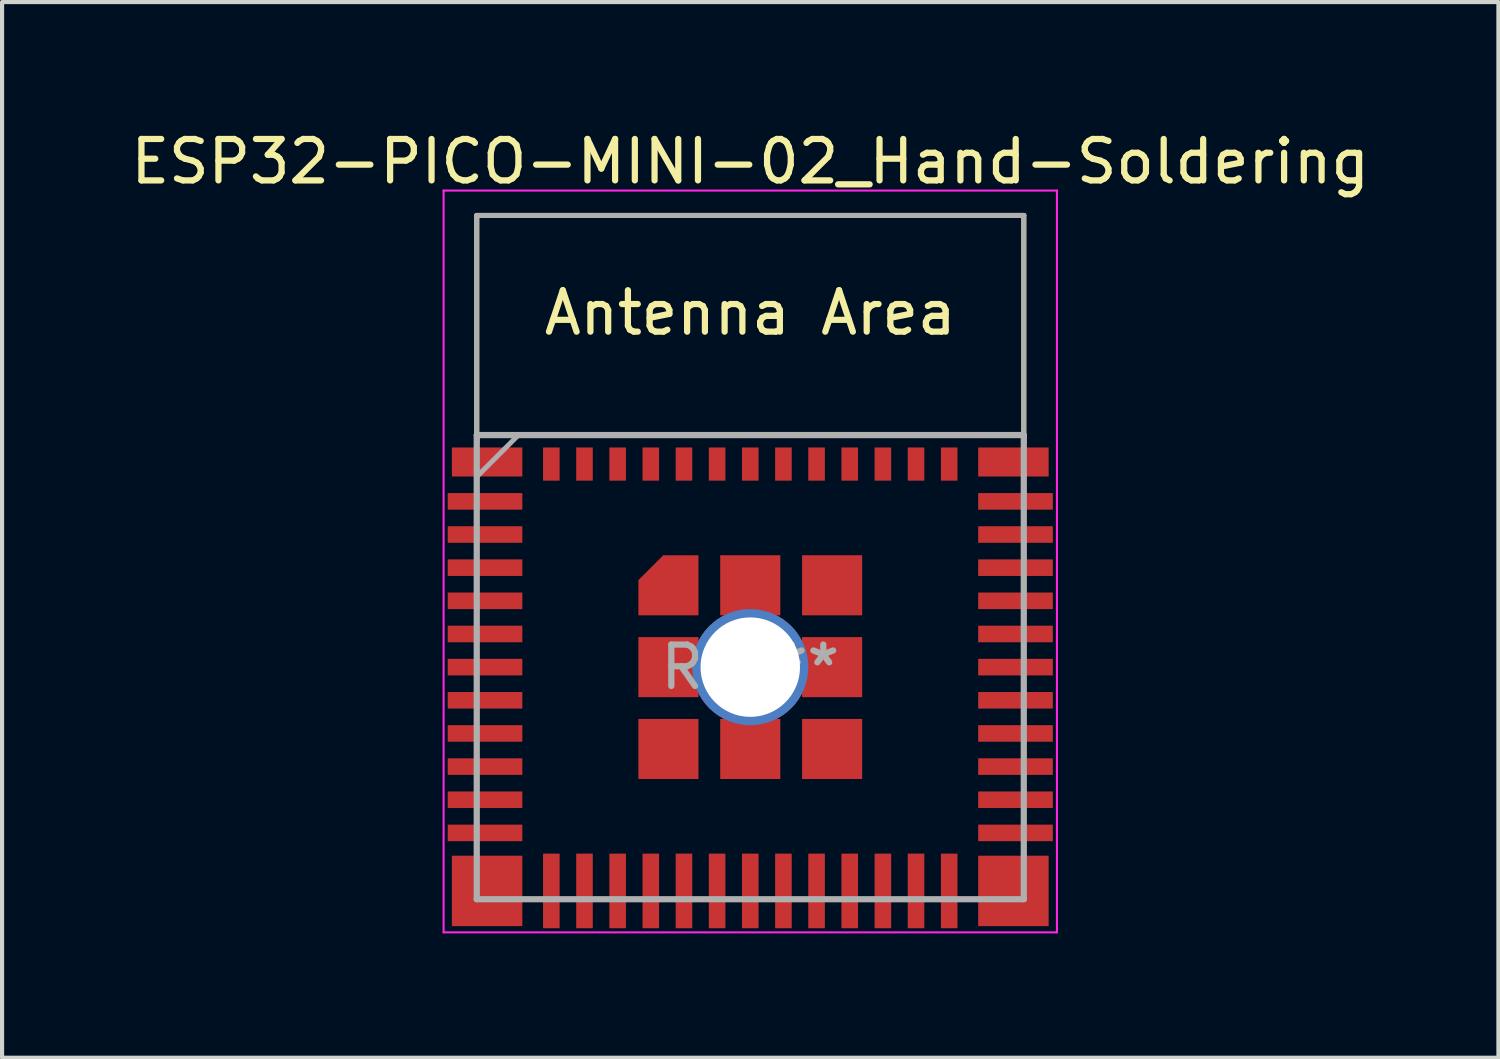
<source format=kicad_pcb>
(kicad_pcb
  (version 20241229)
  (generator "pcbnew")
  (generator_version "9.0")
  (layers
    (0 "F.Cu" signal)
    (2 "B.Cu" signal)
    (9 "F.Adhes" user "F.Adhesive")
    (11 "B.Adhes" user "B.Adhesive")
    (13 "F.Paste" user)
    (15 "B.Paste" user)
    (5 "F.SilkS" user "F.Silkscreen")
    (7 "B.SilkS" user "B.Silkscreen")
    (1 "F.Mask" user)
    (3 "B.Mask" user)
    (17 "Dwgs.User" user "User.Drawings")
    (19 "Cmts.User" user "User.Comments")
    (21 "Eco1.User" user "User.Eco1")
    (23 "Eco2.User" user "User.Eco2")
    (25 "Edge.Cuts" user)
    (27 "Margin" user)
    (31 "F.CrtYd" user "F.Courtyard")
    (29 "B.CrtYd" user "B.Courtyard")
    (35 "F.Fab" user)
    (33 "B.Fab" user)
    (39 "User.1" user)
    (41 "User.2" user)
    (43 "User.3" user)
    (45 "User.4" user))
  (footprint "ESP32-PICO-MINI-02_Hand-Soldering"
    (layer "F.Cu")
    (at 15.054 13.048)
    (property "Reference" "ESP32-PICO-MINI-02_Hand-Soldering" (at 0 -12.2 0) (layer "F.SilkS") (effects (font (size 1 1) (thickness 0.15))))
    (attr smd)
    (fp_line (start -6.6 -10.9) (end -6.6 -5.4) (stroke (width 0.12) (type solid)) (layer "F.SilkS"))
    (fp_line (start -6.6 -10.9) (end 6.6 -10.9) (stroke (width 0.12) (type solid)) (layer "F.SilkS"))
    (fp_line (start -6.6 -5.6) (end 6.6 -5.6) (stroke (width 0.12) (type solid)) (layer "F.SilkS"))
    (fp_line (start 6.6 -10.9) (end 6.6 -5.4) (stroke (width 0.12) (type solid)) (layer "F.SilkS"))
    (fp_line (start -7.4 -11.5) (end 7.4 -11.5) (stroke (width 0.05) (type solid)) (layer "F.CrtYd"))
    (fp_line (start -7.4 6.4) (end -7.4 -11.5) (stroke (width 0.05) (type solid)) (layer "F.CrtYd"))
    (fp_line (start 7.4 -11.5) (end 7.4 6.4) (stroke (width 0.05) (type solid)) (layer "F.CrtYd"))
    (fp_line (start 7.4 6.4) (end -7.4 6.4) (stroke (width 0.05) (type solid)) (layer "F.CrtYd"))
    (fp_line (start -6.6 -5.595) (end -6.6 5.6) (stroke (width 0.15) (type solid)) (layer "F.Fab"))
    (fp_line (start -6.6 -5.5) (end -6.6 -10.9) (stroke (width 0.12) (type solid)) (layer "F.Fab"))
    (fp_line (start -6.6 5.6) (end 6.6 5.6) (stroke (width 0.15) (type solid)) (layer "F.Fab"))
    (fp_line (start -5.6 -5.595) (end -6.6 -4.595) (stroke (width 0.12) (type solid)) (layer "F.Fab"))
    (fp_line (start 6.6 -10.9) (end -6.6 -10.9) (stroke (width 0.12) (type solid)) (layer "F.Fab"))
    (fp_line (start 6.6 -5.6) (end -6.6 -5.6) (stroke (width 0.15) (type solid)) (layer "F.Fab"))
    (fp_line (start 6.6 -5.5) (end 6.6 -10.9) (stroke (width 0.12) (type solid)) (layer "F.Fab"))
    (fp_line (start 6.6 5.6) (end 6.6 -5.595) (stroke (width 0.15) (type solid)) (layer "F.Fab"))
    (fp_text user "Antenna Area" (at 0 -8.55 0) (layer "F.SilkS") (effects (font (size 1 1) (thickness 0.15))))
    (fp_text user "REF**" (at 0 0 0) (layer "F.Fab") (effects (font (size 1 1) (thickness 0.15))))
    (pad "1" smd rect (at -6.4 -4 90) (size 0.4 1.8) (layers "F.Cu" "F.Mask" "F.Paste"))
    (pad "2" smd rect (at -6.4 -3.2 90) (size 0.4 1.8) (layers "F.Cu" "F.Mask" "F.Paste"))
    (pad "3" smd rect (at -6.4 -2.4 90) (size 0.4 1.8) (layers "F.Cu" "F.Mask" "F.Paste"))
    (pad "4" smd rect (at -6.4 -1.6 90) (size 0.4 1.8) (layers "F.Cu" "F.Mask" "F.Paste"))
    (pad "5" smd rect (at -6.4 -0.8 90) (size 0.4 1.8) (layers "F.Cu" "F.Mask" "F.Paste"))
    (pad "6" smd rect (at -6.4 0 90) (size 0.4 1.8) (layers "F.Cu" "F.Mask" "F.Paste"))
    (pad "7" smd rect (at -6.4 0.8 90) (size 0.4 1.8) (layers "F.Cu" "F.Mask" "F.Paste"))
    (pad "8" smd rect (at -6.4 1.6 90) (size 0.4 1.8) (layers "F.Cu" "F.Mask" "F.Paste"))
    (pad "9" smd rect (at -6.4 2.4 90) (size 0.4 1.8) (layers "F.Cu" "F.Mask" "F.Paste"))
    (pad "10" smd rect (at -6.4 3.2 90) (size 0.4 1.8) (layers "F.Cu" "F.Mask" "F.Paste"))
    (pad "11" smd rect (at -6.4 4 90) (size 0.4 1.8) (layers "F.Cu" "F.Mask" "F.Paste"))
    (pad "12" smd rect (at -4.8 5.4) (size 0.4 1.8) (layers "F.Cu" "F.Mask" "F.Paste"))
    (pad "13" smd rect (at -4 5.4) (size 0.4 1.8) (layers "F.Cu" "F.Mask" "F.Paste"))
    (pad "14" smd rect (at -3.2 5.4) (size 0.4 1.8) (layers "F.Cu" "F.Mask" "F.Paste"))
    (pad "15" smd rect (at -2.4 5.4) (size 0.4 1.8) (layers "F.Cu" "F.Mask" "F.Paste"))
    (pad "16" smd rect (at -1.6 5.4) (size 0.4 1.8) (layers "F.Cu" "F.Mask" "F.Paste"))
    (pad "17" smd rect (at -0.8 5.4) (size 0.4 1.8) (layers "F.Cu" "F.Mask" "F.Paste"))
    (pad "18" smd rect (at 0 5.4) (size 0.4 1.8) (layers "F.Cu" "F.Mask" "F.Paste"))
    (pad "19" smd rect (at 0.8 5.4) (size 0.4 1.8) (layers "F.Cu" "F.Mask" "F.Paste"))
    (pad "20" smd rect (at 1.6 5.4) (size 0.4 1.8) (layers "F.Cu" "F.Mask" "F.Paste"))
    (pad "21" smd rect (at 2.4 5.4) (size 0.4 1.8) (layers "F.Cu" "F.Mask" "F.Paste"))
    (pad "22" smd rect (at 3.2 5.4) (size 0.4 1.8) (layers "F.Cu" "F.Mask" "F.Paste"))
    (pad "23" smd rect (at 4 5.4) (size 0.4 1.8) (layers "F.Cu" "F.Mask" "F.Paste"))
    (pad "24" smd rect (at 4.8 5.4) (size 0.4 1.8) (layers "F.Cu" "F.Mask" "F.Paste"))
    (pad "25" smd rect (at 6.4 4 90) (size 0.4 1.8) (layers "F.Cu" "F.Mask" "F.Paste"))
    (pad "26" smd rect (at 6.4 3.2 90) (size 0.4 1.8) (layers "F.Cu" "F.Mask" "F.Paste"))
    (pad "27" smd rect (at 6.4 2.4 90) (size 0.4 1.8) (layers "F.Cu" "F.Mask" "F.Paste"))
    (pad "28" smd rect (at 6.4 1.6 90) (size 0.4 1.8) (layers "F.Cu" "F.Mask" "F.Paste"))
    (pad "29" smd rect (at 6.4 0.8 90) (size 0.4 1.8) (layers "F.Cu" "F.Mask" "F.Paste"))
    (pad "30" smd rect (at 6.4 0 90) (size 0.4 1.8) (layers "F.Cu" "F.Mask" "F.Paste"))
    (pad "31" smd rect (at 6.4 -0.8 90) (size 0.4 1.8) (layers "F.Cu" "F.Mask" "F.Paste"))
    (pad "32" smd rect (at 6.4 -1.6 90) (size 0.4 1.8) (layers "F.Cu" "F.Mask" "F.Paste"))
    (pad "33" smd rect (at 6.4 -2.4 90) (size 0.4 1.8) (layers "F.Cu" "F.Mask" "F.Paste"))
    (pad "34" smd rect (at 6.4 -3.2 90) (size 0.4 1.8) (layers "F.Cu" "F.Mask" "F.Paste"))
    (pad "35" smd rect (at 6.4 -4 90) (size 0.4 1.8) (layers "F.Cu" "F.Mask" "F.Paste"))
    (pad "36" smd rect (at -6.35 -4.95 90) (size 0.7 1.7) (layers "F.Cu" "F.Mask" "F.Paste"))
    (pad "36" smd rect (at -6.35 5.4 90) (size 1.7 1.7) (layers "F.Cu" "F.Mask" "F.Paste"))
    (pad "36" smd rect (at -4.8 -4.9) (size 0.4 0.8) (layers "F.Cu" "F.Mask" "F.Paste"))
    (pad "36" smd rect (at -4 -4.9) (size 0.4 0.8) (layers "F.Cu" "F.Mask" "F.Paste"))
    (pad "36" smd rect (at -3.2 -4.9) (size 0.4 0.8) (layers "F.Cu" "F.Mask" "F.Paste"))
    (pad "36" smd rect (at -2.4 -4.9) (size 0.4 0.8) (layers "F.Cu" "F.Mask" "F.Paste"))
    (pad "36" smd custom (at -1.975 -1.975) (size 0.8 0.8) (layers "F.Cu" "F.Mask" "F.Paste") (options (anchor rect)) (primitives (gr_poly (pts (xy 0.725 0.725) (xy -0.725 0.725) (xy -0.725 -0.125) (xy -0.125 -0.725) (xy 0.725 -0.725)) (width 0) (fill yes))))
    (pad "36" smd rect (at -1.975 0 90) (size 1.45 1.45) (layers "F.Cu" "F.Mask" "F.Paste"))
    (pad "36" smd rect (at -1.975 1.975 90) (size 1.45 1.45) (layers "F.Cu" "F.Mask" "F.Paste"))
    (pad "36" smd rect (at -1.6 -4.9) (size 0.4 0.8) (layers "F.Cu" "F.Mask" "F.Paste"))
    (pad "36" smd rect (at -0.8 -4.9) (size 0.4 0.8) (layers "F.Cu" "F.Mask" "F.Paste"))
    (pad "36" smd rect (at 0 -4.9) (size 0.4 0.8) (layers "F.Cu" "F.Mask" "F.Paste"))
    (pad "36" smd rect (at 0 -1.975 90) (size 1.45 1.45) (layers "F.Cu" "F.Mask" "F.Paste"))
    (pad "36" thru_hole circle (at 0 0 90) (size 2.8 2.8) (drill 2.4) (layers "*.Cu" "*.Mask"))
    (pad "36" smd rect (at 0 1.975 90) (size 1.45 1.45) (layers "F.Cu" "F.Mask" "F.Paste"))
    (pad "36" smd rect (at 0.8 -4.9) (size 0.4 0.8) (layers "F.Cu" "F.Mask" "F.Paste"))
    (pad "36" smd rect (at 1.6 -4.9) (size 0.4 0.8) (layers "F.Cu" "F.Mask" "F.Paste"))
    (pad "36" smd rect (at 1.975 -1.975 90) (size 1.45 1.45) (layers "F.Cu" "F.Mask" "F.Paste"))
    (pad "36" smd rect (at 1.975 0 90) (size 1.45 1.45) (layers "F.Cu" "F.Mask" "F.Paste"))
    (pad "36" smd rect (at 1.975 1.975 90) (size 1.45 1.45) (layers "F.Cu" "F.Mask" "F.Paste"))
    (pad "36" smd rect (at 2.4 -4.9) (size 0.4 0.8) (layers "F.Cu" "F.Mask" "F.Paste"))
    (pad "36" smd rect (at 3.2 -4.9) (size 0.4 0.8) (layers "F.Cu" "F.Mask" "F.Paste"))
    (pad "36" smd rect (at 4 -4.9) (size 0.4 0.8) (layers "F.Cu" "F.Mask" "F.Paste"))
    (pad "36" smd rect (at 4.8 -4.9) (size 0.4 0.8) (layers "F.Cu" "F.Mask" "F.Paste"))
    (pad "36" smd rect (at 6.35 -4.95 90) (size 0.7 1.7) (layers "F.Cu" "F.Mask" "F.Paste"))
    (pad "36" smd rect (at 6.35 5.4 90) (size 1.7 1.7) (layers "F.Cu" "F.Mask" "F.Paste")))
  (gr_rect
    (start -3 -3)
    (end 33.107 22.473)
    (stroke (width 0.1) (type default))
    (fill no)
    (layer "Edge.Cuts")))
</source>
